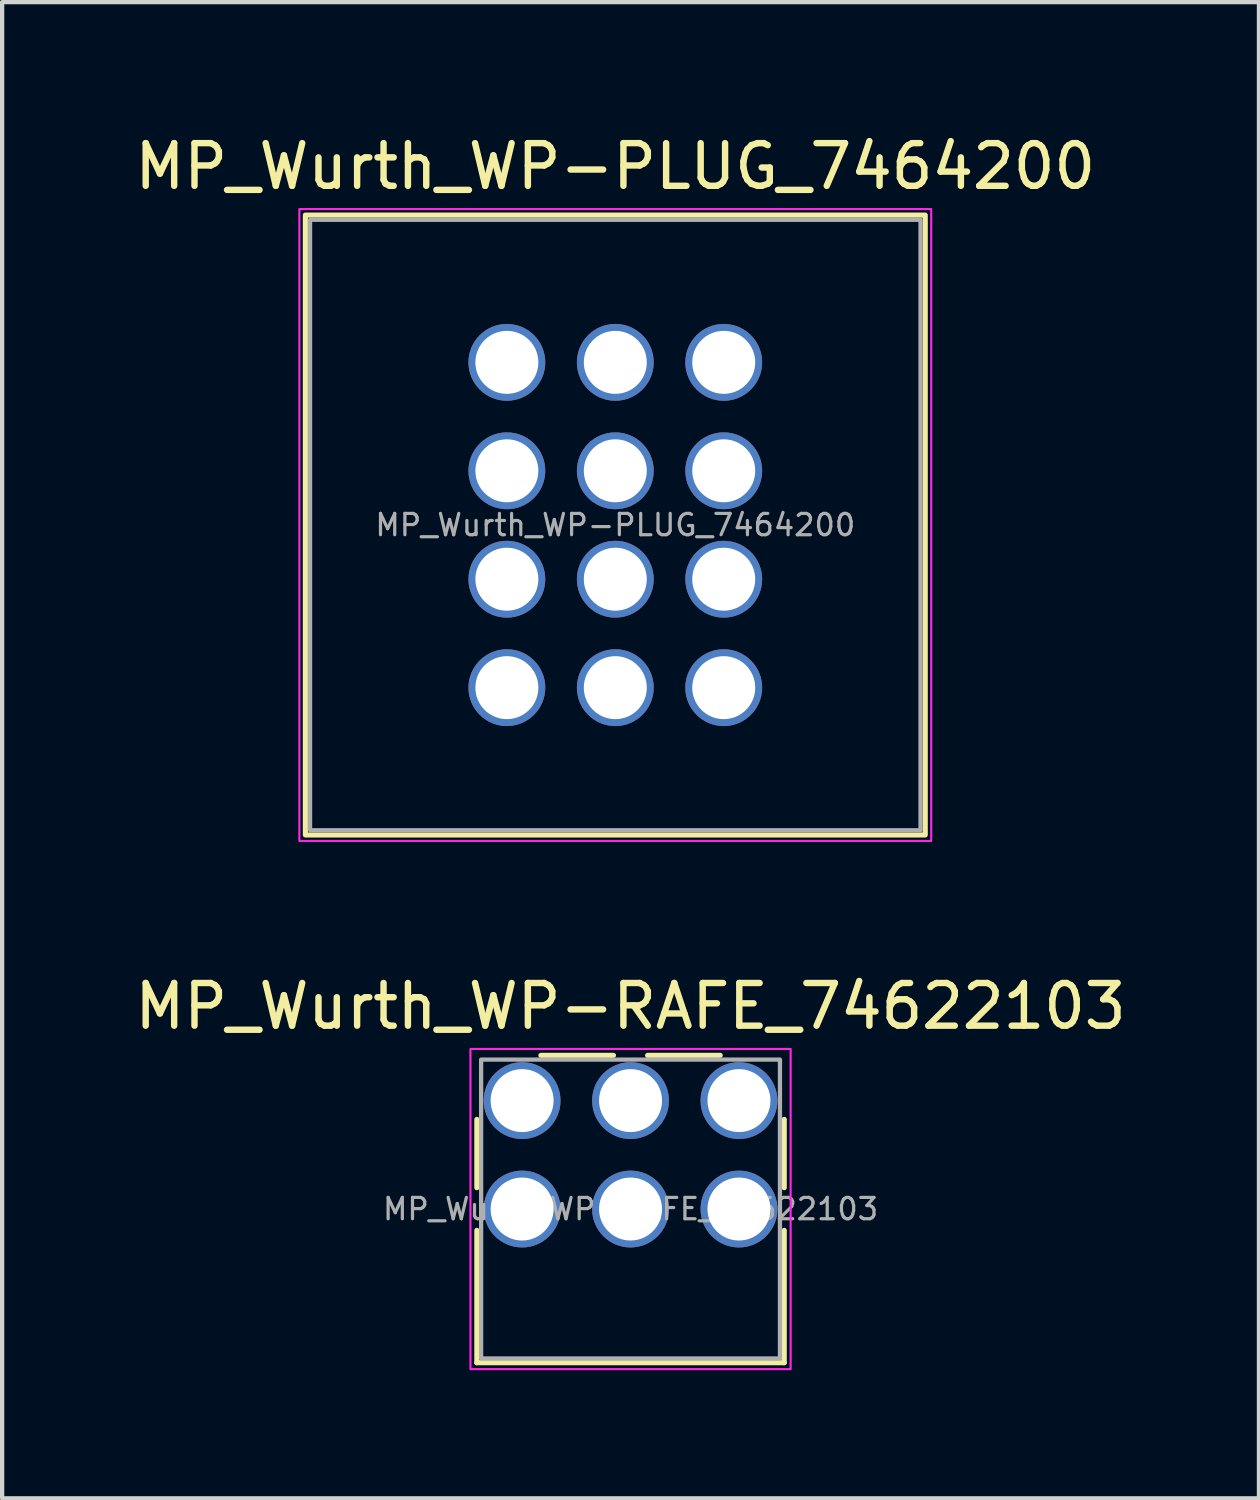
<source format=kicad_pcb>
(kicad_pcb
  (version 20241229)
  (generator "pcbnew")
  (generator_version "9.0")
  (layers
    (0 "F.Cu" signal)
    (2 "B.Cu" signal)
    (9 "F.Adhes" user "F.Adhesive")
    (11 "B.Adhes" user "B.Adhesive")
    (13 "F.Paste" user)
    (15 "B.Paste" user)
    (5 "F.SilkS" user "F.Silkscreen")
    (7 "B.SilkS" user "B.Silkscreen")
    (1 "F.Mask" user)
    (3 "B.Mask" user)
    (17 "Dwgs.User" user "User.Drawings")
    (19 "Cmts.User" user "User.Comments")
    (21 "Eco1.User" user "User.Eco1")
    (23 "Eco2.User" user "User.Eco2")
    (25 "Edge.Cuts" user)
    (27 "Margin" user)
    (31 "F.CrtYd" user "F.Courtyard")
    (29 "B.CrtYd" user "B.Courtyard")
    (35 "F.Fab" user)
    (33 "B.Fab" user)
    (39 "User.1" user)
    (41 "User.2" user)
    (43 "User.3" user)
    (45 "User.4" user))
  (footprint "MP_Wurth_WP-RAFE_74622103"
    (layer "F.Cu")
    (at 11.72 25.271)
    (property "Reference" "MP_Wurth_WP-RAFE_74622103" (at 0 -4.75 0) (unlocked yes) (layer "F.SilkS") (effects (font (size 1 1) (thickness 0.15))))
    (attr through_hole)
    (fp_line (start -3.6 -2.1) (end -3.6 -0.5) (stroke (width 0.12) (type solid)) (layer "F.SilkS"))
    (fp_line (start -3.6 3.6) (end -3.6 0.5) (stroke (width 0.12) (type solid)) (layer "F.SilkS"))
    (fp_line (start -3.6 3.6) (end 3.6 3.6) (stroke (width 0.12) (type solid)) (layer "F.SilkS"))
    (fp_line (start -2.1 -3.6) (end -0.4 -3.6) (stroke (width 0.12) (type solid)) (layer "F.SilkS"))
    (fp_line (start 0.4 -3.6) (end 2.1 -3.6) (stroke (width 0.12) (type solid)) (layer "F.SilkS"))
    (fp_line (start 3.6 -0.5) (end 3.6 -2.1) (stroke (width 0.12) (type solid)) (layer "F.SilkS"))
    (fp_line (start 3.6 3.6) (end 3.6 0.5) (stroke (width 0.12) (type solid)) (layer "F.SilkS"))
    (fp_rect (start -3.75 -3.75) (end 3.75 3.75) (stroke (width 0.05) (type solid)) (fill no) (layer "F.CrtYd"))
    (fp_rect (start -3.5 -3.5) (end 3.5 3.5) (stroke (width 0.1) (type solid)) (fill no) (layer "F.Fab"))
    (fp_text user "${REFERENCE}" (at 0 0 0) (unlocked yes) (layer "F.Fab") (effects (font (size 0.5 0.5) (thickness 0.075))))
    (pad "1" thru_hole circle (at -2.54 -2.54) (size 1.8 1.8) (drill 1.475) (layers "*.Cu" "*.Mask"))
    (pad "1" thru_hole circle (at -2.54 0) (size 1.8 1.8) (drill 1.475) (layers "*.Cu" "*.Mask"))
    (pad "1" thru_hole circle (at 0 -2.54) (size 1.8 1.8) (drill 1.475) (layers "*.Cu" "*.Mask"))
    (pad "1" thru_hole circle (at 0 0) (size 1.8 1.8) (drill 1.475) (layers "*.Cu" "*.Mask"))
    (pad "1" thru_hole circle (at 2.54 -2.54) (size 1.8 1.8) (drill 1.475) (layers "*.Cu" "*.Mask"))
    (pad "1" thru_hole circle (at 2.54 0) (size 1.8 1.8) (drill 1.475) (layers "*.Cu" "*.Mask")))
  (footprint "MP_Wurth_WP-PLUG_7464200"
    (layer "F.Cu")
    (at 11.363 9.248)
    (property "Reference" "MP_Wurth_WP-PLUG_7464200" (at 0 -8.4 0) (unlocked yes) (layer "F.SilkS") (effects (font (size 1 1) (thickness 0.15))))
    (attr through_hole)
    (fp_rect (start -7.26 -7.26) (end 7.26 7.26) (stroke (width 0.12) (type solid)) (fill no) (layer "F.SilkS"))
    (fp_rect (start -7.4 -7.4) (end 7.4 7.4) (stroke (width 0.05) (type solid)) (fill no) (layer "F.CrtYd"))
    (fp_rect (start -7.15 -7.15) (end 7.15 7.15) (stroke (width 0.1) (type solid)) (fill no) (layer "F.Fab"))
    (fp_text user "${REFERENCE}" (at 0 0 0) (unlocked yes) (layer "F.Fab") (effects (font (size 0.5 0.5) (thickness 0.075))))
    (pad "1" thru_hole circle (at -2.54 -3.81) (size 1.8 1.8) (drill 1.475) (layers "*.Cu" "*.Mask"))
    (pad "1" thru_hole circle (at -2.54 -1.27) (size 1.8 1.8) (drill 1.475) (layers "*.Cu" "*.Mask"))
    (pad "1" thru_hole circle (at -2.54 1.27) (size 1.8 1.8) (drill 1.475) (layers "*.Cu" "*.Mask"))
    (pad "1" thru_hole circle (at -2.54 3.81) (size 1.8 1.8) (drill 1.475) (layers "*.Cu" "*.Mask"))
    (pad "1" thru_hole circle (at 0 -3.81) (size 1.8 1.8) (drill 1.475) (layers "*.Cu" "*.Mask"))
    (pad "1" thru_hole circle (at 0 -1.27) (size 1.8 1.8) (drill 1.475) (layers "*.Cu" "*.Mask"))
    (pad "1" thru_hole circle (at 0 1.27) (size 1.8 1.8) (drill 1.475) (layers "*.Cu" "*.Mask"))
    (pad "1" thru_hole circle (at 0 3.81) (size 1.8 1.8) (drill 1.475) (layers "*.Cu" "*.Mask"))
    (pad "1" thru_hole circle (at 2.54 -3.81) (size 1.8 1.8) (drill 1.475) (layers "*.Cu" "*.Mask"))
    (pad "1" thru_hole circle (at 2.54 -1.27) (size 1.8 1.8) (drill 1.475) (layers "*.Cu" "*.Mask"))
    (pad "1" thru_hole circle (at 2.54 1.27) (size 1.8 1.8) (drill 1.475) (layers "*.Cu" "*.Mask"))
    (pad "1" thru_hole circle (at 2.54 3.81) (size 1.8 1.8) (drill 1.475) (layers "*.Cu" "*.Mask")))
  (gr_rect
    (start -3 -3)
    (end 26.44 32.047)
    (stroke (width 0.1) (type default))
    (fill no)
    (layer "Edge.Cuts")))
</source>
